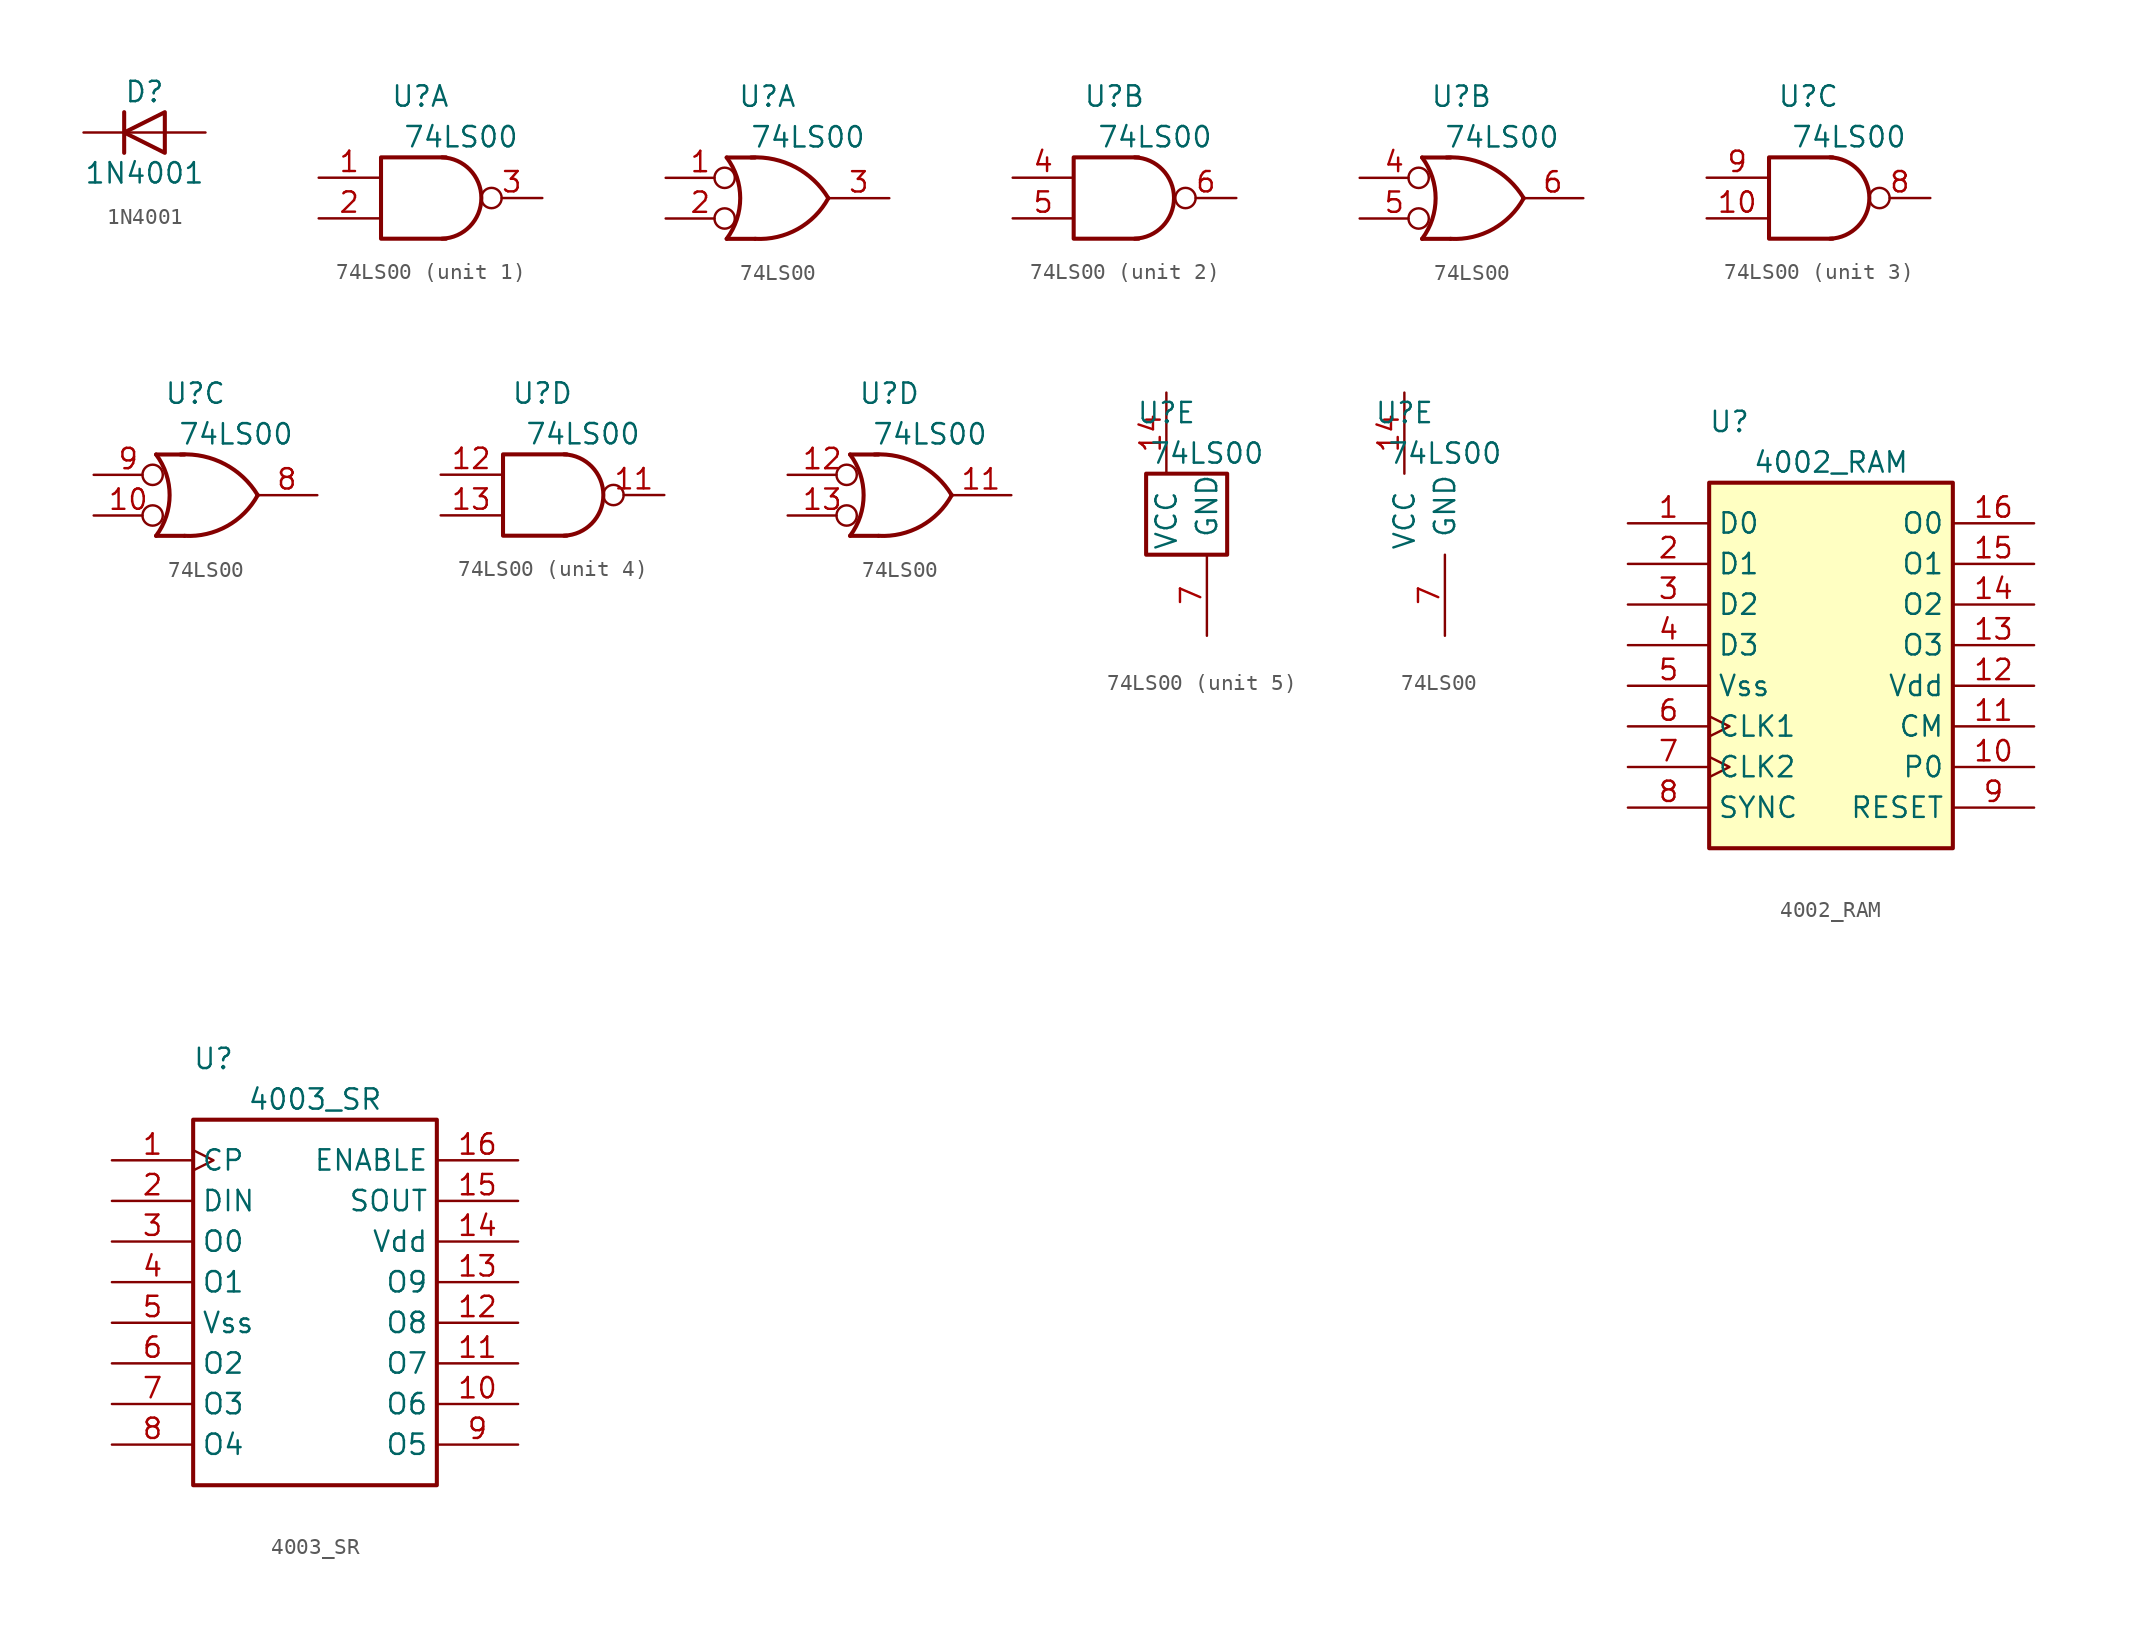
<source format=kicad_sym>
(kicad_symbol_lib
  (version 20220914)
  (generator kicad_symbol_editor)
  (symbol "1N4001"
    (pin_numbers hide)
    (pin_names hide)
    (property "Reference" "D"
      (at 0 2.54 0)
      (effects (font (size 1.27 1.27))))
    (property "Value" "1N4001"
      (at 0 -2.54 0)
      (effects (font (size 1.27 1.27))))
    (symbol "1N4001_0_1"
      (polyline (pts (xy -1.27 1.27) (xy -1.27 -1.27)) (stroke (width 0.254) (type default)) (fill (type none)))
      (polyline (pts (xy 1.27 0) (xy -1.27 0)) (stroke (width 0) (type default)) (fill (type none)))
      (polyline (pts (xy 1.27 1.27) (xy 1.27 -1.27) (xy -1.27 0) (xy 1.27 1.27)) (stroke (width 0.254) (type default)) (fill (type none))))
    (symbol "1N4001_1_1"
      (pin passive line (at -3.81 0 0) (length 2.54) (name "K" (effects (font (size 1.27 1.27)))) (number "1" (effects (font (size 1.27 1.27)))))
      (pin passive line (at 3.81 0 180) (length 2.54) (name "A" (effects (font (size 1.27 1.27)))) (number "2" (effects (font (size 1.27 1.27)))))))
  (symbol "74LS00"
    (pin_names
      (offset 1.016))
    (property "Reference" "U"
      (at -1.27 6.35 0)
      (effects (font (size 1.27 1.27))))
    (property "Value" "74LS00"
      (at 1.27 3.81 0)
      (effects (font (size 1.27 1.27))))
    (property "ki_locked" ""
      (at 0 0 0)
      (effects (font (size 1.27 1.27))))
    (symbol "74LS00_1_1"
      (polyline (pts (xy 0.338 2.54) (xy -3.726 2.54) (xy -3.726 -2.54) (xy 0.338 -2.54)) (stroke (width 0.254) (type default)) (fill (type none)))
      (arc (start 0.0843 -2.54) (mid 2.5414 0) (end 0.0843 2.54) (stroke (width 0.254) (type default)) (fill (type none)))
      (pin input line (at -7.62 1.27 0) (length 3.81) (name "~" (effects (font (size 1.27 1.27)))) (number "1" (effects (font (size 1.27 1.27)))))
      (pin input line (at -7.62 -1.27 0) (length 3.81) (name "~" (effects (font (size 1.27 1.27)))) (number "2" (effects (font (size 1.27 1.27)))))
      (pin output inverted (at 6.35 0 180) (length 3.81) (name "~" (effects (font (size 1.27 1.27)))) (number "3" (effects (font (size 1.27 1.27))))))
    (symbol "74LS00_1_2"
      (arc (start -3.81 -2.54) (mid -2.964 0) (end -3.81 2.54) (stroke (width 0.254) (type default)) (fill (type none)))
      (arc (start -2.032 -2.54) (mid 0.6219 -1.9322) (end 2.54 0) (stroke (width 0.254) (type default)) (fill (type none)))
      (polyline (pts (xy -3.81 -2.54) (xy -2.032 -2.54)) (stroke (width 0.254) (type default)) (fill (type none)))
      (polyline (pts (xy -3.81 2.54) (xy -2.032 2.54)) (stroke (width 0.254) (type default)) (fill (type none)))
      (polyline (pts (xy -1.27 2.54) (xy -3.81 2.54) (xy -3.175 1.27) (xy -2.794 0) (xy -3.175 -1.27) (xy -3.81 -2.54) (xy -1.27 -2.54)) (stroke (width -0.0001) (type default)) (fill (type none)))
      (arc (start 2.54 0) (mid 0.4797 1.9402) (end -2.286 2.54) (stroke (width 0.254) (type default)) (fill (type none)))
      (pin input inverted (at -7.62 1.27 0) (length 4.318) (name "~" (effects (font (size 1.27 1.27)))) (number "1" (effects (font (size 1.27 1.27)))))
      (pin input inverted (at -7.62 -1.27 0) (length 4.318) (name "~" (effects (font (size 1.27 1.27)))) (number "2" (effects (font (size 1.27 1.27)))))
      (pin output line (at 6.35 0 180) (length 3.81) (name "~" (effects (font (size 1.27 1.27)))) (number "3" (effects (font (size 1.27 1.27))))))
    (symbol "74LS00_2_1"
      (arc (start 0 -2.54) (mid 2.4571 0) (end 0 2.54) (stroke (width 0.254) (type default)) (fill (type none)))
      (polyline (pts (xy 0.254 2.54) (xy -3.81 2.54) (xy -3.81 -2.54) (xy 0.254 -2.54)) (stroke (width 0.254) (type default)) (fill (type none)))
      (pin input line (at -7.62 1.27 0) (length 3.81) (name "~" (effects (font (size 1.27 1.27)))) (number "4" (effects (font (size 1.27 1.27)))))
      (pin input line (at -7.62 -1.27 0) (length 3.81) (name "~" (effects (font (size 1.27 1.27)))) (number "5" (effects (font (size 1.27 1.27)))))
      (pin output inverted (at 6.35 0 180) (length 3.81) (name "~" (effects (font (size 1.27 1.27)))) (number "6" (effects (font (size 1.27 1.27))))))
    (symbol "74LS00_2_2"
      (arc (start -3.722 -2.54) (mid -2.876 0) (end -3.722 2.54) (stroke (width 0.254) (type default)) (fill (type none)))
      (arc (start -1.944 -2.54) (mid 0.7099 -1.9322) (end 2.628 0) (stroke (width 0.254) (type default)) (fill (type none)))
      (polyline (pts (xy -3.722 -2.54) (xy -1.944 -2.54)) (stroke (width 0.254) (type default)) (fill (type none)))
      (polyline (pts (xy -3.722 2.54) (xy -1.944 2.54)) (stroke (width 0.254) (type default)) (fill (type none)))
      (polyline (pts (xy -1.182 2.54) (xy -3.722 2.54) (xy -3.087 1.27) (xy -2.706 0) (xy -3.087 -1.27) (xy -3.722 -2.54) (xy -1.182 -2.54)) (stroke (width -0.0001) (type default)) (fill (type none)))
      (arc (start 2.628 0) (mid 0.5677 1.9402) (end -2.198 2.54) (stroke (width 0.254) (type default)) (fill (type none)))
      (pin input inverted (at -7.62 1.27 0) (length 4.318) (name "~" (effects (font (size 1.27 1.27)))) (number "4" (effects (font (size 1.27 1.27)))))
      (pin input inverted (at -7.62 -1.27 0) (length 4.318) (name "~" (effects (font (size 1.27 1.27)))) (number "5" (effects (font (size 1.27 1.27)))))
      (pin output line (at 6.35 0 180) (length 3.81) (name "~" (effects (font (size 1.27 1.27)))) (number "6" (effects (font (size 1.27 1.27))))))
    (symbol "74LS00_3_1"
      (polyline (pts (xy 0.254 2.54) (xy -3.726 2.54) (xy -3.726 -2.54) (xy 0.254 -2.54)) (stroke (width 0.254) (type default)) (fill (type none)))
      (arc (start 0.0843 -2.54) (mid 2.5414 0) (end 0.0843 2.54) (stroke (width 0.254) (type default)) (fill (type none)))
      (pin input line (at -7.62 -1.27 0) (length 3.81) (name "~" (effects (font (size 1.27 1.27)))) (number "10" (effects (font (size 1.27 1.27)))))
      (pin output inverted (at 6.35 0 180) (length 3.81) (name "~" (effects (font (size 1.27 1.27)))) (number "8" (effects (font (size 1.27 1.27)))))
      (pin input line (at -7.62 1.27 0) (length 3.81) (name "~" (effects (font (size 1.27 1.27)))) (number "9" (effects (font (size 1.27 1.27))))))
    (symbol "74LS00_3_2"
      (arc (start -3.722 -2.54) (mid -2.876 0) (end -3.722 2.54) (stroke (width 0.254) (type default)) (fill (type none)))
      (arc (start -1.944 -2.54) (mid 0.7099 -1.9322) (end 2.628 0) (stroke (width 0.254) (type default)) (fill (type none)))
      (polyline (pts (xy -3.722 -2.54) (xy -1.944 -2.54)) (stroke (width 0.254) (type default)) (fill (type none)))
      (polyline (pts (xy -3.722 2.54) (xy -1.944 2.54)) (stroke (width 0.254) (type default)) (fill (type none)))
      (polyline (pts (xy -1.182 2.54) (xy -3.722 2.54) (xy -3.087 1.27) (xy -2.706 0) (xy -3.087 -1.27) (xy -3.722 -2.54) (xy -1.182 -2.54)) (stroke (width -0.0001) (type default)) (fill (type none)))
      (arc (start 2.628 0) (mid 0.5677 1.9402) (end -2.198 2.54) (stroke (width 0.254) (type default)) (fill (type none)))
      (pin input inverted (at -7.62 -1.27 0) (length 4.318) (name "~" (effects (font (size 1.27 1.27)))) (number "10" (effects (font (size 1.27 1.27)))))
      (pin output line (at 6.35 0 180) (length 3.81) (name "~" (effects (font (size 1.27 1.27)))) (number "8" (effects (font (size 1.27 1.27)))))
      (pin input inverted (at -7.62 1.27 0) (length 4.318) (name "~" (effects (font (size 1.27 1.27)))) (number "9" (effects (font (size 1.27 1.27))))))
    (symbol "74LS00_4_1"
      (polyline (pts (xy 0.254 2.54) (xy -3.726 2.54) (xy -3.726 -2.54) (xy 0.254 -2.54)) (stroke (width 0.254) (type default)) (fill (type none)))
      (arc (start 0.0843 -2.54) (mid 2.5414 0) (end 0.0843 2.54) (stroke (width 0.254) (type default)) (fill (type none)))
      (pin output inverted (at 6.35 0 180) (length 3.81) (name "~" (effects (font (size 1.27 1.27)))) (number "11" (effects (font (size 1.27 1.27)))))
      (pin input line (at -7.62 1.27 0) (length 3.81) (name "~" (effects (font (size 1.27 1.27)))) (number "12" (effects (font (size 1.27 1.27)))))
      (pin input line (at -7.62 -1.27 0) (length 3.81) (name "~" (effects (font (size 1.27 1.27)))) (number "13" (effects (font (size 1.27 1.27))))))
    (symbol "74LS00_4_2"
      (arc (start -3.722 -2.54) (mid -2.876 0) (end -3.722 2.54) (stroke (width 0.254) (type default)) (fill (type none)))
      (arc (start -1.944 -2.54) (mid 0.7099 -1.9322) (end 2.628 0) (stroke (width 0.254) (type default)) (fill (type none)))
      (polyline (pts (xy -3.722 -2.54) (xy -1.944 -2.54)) (stroke (width 0.254) (type default)) (fill (type none)))
      (polyline (pts (xy -3.722 2.54) (xy -1.944 2.54)) (stroke (width 0.254) (type default)) (fill (type none)))
      (polyline (pts (xy -1.182 2.54) (xy -3.722 2.54) (xy -3.087 1.27) (xy -2.706 0) (xy -3.087 -1.27) (xy -3.722 -2.54) (xy -1.182 -2.54)) (stroke (width -0.0001) (type default)) (fill (type none)))
      (arc (start 2.628 0) (mid 0.5677 1.9402) (end -2.198 2.54) (stroke (width 0.254) (type default)) (fill (type none)))
      (pin output line (at 6.35 0 180) (length 3.81) (name "~" (effects (font (size 1.27 1.27)))) (number "11" (effects (font (size 1.27 1.27)))))
      (pin input inverted (at -7.62 1.27 0) (length 4.318) (name "~" (effects (font (size 1.27 1.27)))) (number "12" (effects (font (size 1.27 1.27)))))
      (pin input inverted (at -7.62 -1.27 0) (length 4.318) (name "~" (effects (font (size 1.27 1.27)))) (number "13" (effects (font (size 1.27 1.27))))))
    (symbol "74LS00_5_0"
      (pin power_in line (at -1.27 7.62 270) (length 5.08) (name "VCC" (effects (font (size 1.27 1.27)))) (number "14" (effects (font (size 1.27 1.27)))))
      (pin power_in line (at 1.27 -7.62 90) (length 5.08) (name "GND" (effects (font (size 1.27 1.27)))) (number "7" (effects (font (size 1.27 1.27))))))
    (symbol "74LS00_5_1"
      (rectangle (start -2.54 2.54) (end 2.54 -2.54) (stroke (width 0.254) (type default)) (fill (type none)))))
  (symbol "4002_RAM"
    (property "Reference" "U"
      (at -6.35 13.97 0)
      (effects (font (size 1.27 1.27))))
    (property "Value" "4002_RAM"
      (at 0 11.43 0)
      (effects (font (size 1.27 1.27))))
    (symbol "4002_RAM_1_0"
      (pin bidirectional line (at -12.7 7.62 0) (length 5.08) (name "D0" (effects (font (size 1.27 1.27)))) (number "1" (effects (font (size 1.27 1.27)))))
      (pin input line (at 12.7 -7.62 180) (length 5.08) (name "P0" (effects (font (size 1.27 1.27)))) (number "10" (effects (font (size 1.27 1.27)))))
      (pin input line (at 12.7 -5.08 180) (length 5.08) (name "CM" (effects (font (size 1.27 1.27)))) (number "11" (effects (font (size 1.27 1.27)))))
      (pin power_in line (at 12.7 -2.54 180) (length 5.08) (name "Vdd" (effects (font (size 1.27 1.27)))) (number "12" (effects (font (size 1.27 1.27)))))
      (pin output line (at 12.7 0 180) (length 5.08) (name "O3" (effects (font (size 1.27 1.27)))) (number "13" (effects (font (size 1.27 1.27)))))
      (pin output line (at 12.7 2.54 180) (length 5.08) (name "O2" (effects (font (size 1.27 1.27)))) (number "14" (effects (font (size 1.27 1.27)))))
      (pin output line (at 12.7 5.08 180) (length 5.08) (name "O1" (effects (font (size 1.27 1.27)))) (number "15" (effects (font (size 1.27 1.27)))))
      (pin output line (at 12.7 7.62 180) (length 5.08) (name "O0" (effects (font (size 1.27 1.27)))) (number "16" (effects (font (size 1.27 1.27)))))
      (pin bidirectional line (at -12.7 5.08 0) (length 5.08) (name "D1" (effects (font (size 1.27 1.27)))) (number "2" (effects (font (size 1.27 1.27)))))
      (pin bidirectional line (at -12.7 2.54 0) (length 5.08) (name "D2" (effects (font (size 1.27 1.27)))) (number "3" (effects (font (size 1.27 1.27)))))
      (pin bidirectional line (at -12.7 0 0) (length 5.08) (name "D3" (effects (font (size 1.27 1.27)))) (number "4" (effects (font (size 1.27 1.27)))))
      (pin power_in line (at -12.7 -2.54 0) (length 5.08) (name "Vss" (effects (font (size 1.27 1.27)))) (number "5" (effects (font (size 1.27 1.27)))))
      (pin input clock (at -12.7 -5.08 0) (length 5.08) (name "CLK1" (effects (font (size 1.27 1.27)))) (number "6" (effects (font (size 1.27 1.27)))))
      (pin input clock (at -12.7 -7.62 0) (length 5.08) (name "CLK2" (effects (font (size 1.27 1.27)))) (number "7" (effects (font (size 1.27 1.27)))))
      (pin input line (at -12.7 -10.16 0) (length 5.08) (name "SYNC" (effects (font (size 1.27 1.27)))) (number "8" (effects (font (size 1.27 1.27)))))
      (pin input line (at 12.7 -10.16 180) (length 5.08) (name "RESET" (effects (font (size 1.27 1.27)))) (number "9" (effects (font (size 1.27 1.27))))))
    (symbol "4002_RAM_1_1"
      (rectangle (start -7.62 10.16) (end 7.62 -12.7) (stroke (width 0.254) (type default)) (fill (type background)))))
  (symbol "4003_SR"
    (property "Reference" "U"
      (at -6.35 13.97 0)
      (effects (font (size 1.27 1.27))))
    (property "Value" "4003_SR"
      (at 0 11.43 0)
      (effects (font (size 1.27 1.27))))
    (symbol "4003_SR_1_0"
      (pin input clock (at -12.7 7.62 0) (length 5.08) (name "CP" (effects (font (size 1.27 1.27)))) (number "1" (effects (font (size 1.27 1.27)))))
      (pin output line (at 12.7 -7.62 180) (length 5.08) (name "O6" (effects (font (size 1.27 1.27)))) (number "10" (effects (font (size 1.27 1.27)))))
      (pin output line (at 12.7 -5.08 180) (length 5.08) (name "O7" (effects (font (size 1.27 1.27)))) (number "11" (effects (font (size 1.27 1.27)))))
      (pin output line (at 12.7 -2.54 180) (length 5.08) (name "O8" (effects (font (size 1.27 1.27)))) (number "12" (effects (font (size 1.27 1.27)))))
      (pin output line (at 12.7 0 180) (length 5.08) (name "O9" (effects (font (size 1.27 1.27)))) (number "13" (effects (font (size 1.27 1.27)))))
      (pin power_in line (at 12.7 2.54 180) (length 5.08) (name "Vdd" (effects (font (size 1.27 1.27)))) (number "14" (effects (font (size 1.27 1.27)))))
      (pin output line (at 12.7 5.08 180) (length 5.08) (name "SOUT" (effects (font (size 1.27 1.27)))) (number "15" (effects (font (size 1.27 1.27)))))
      (pin input line (at 12.7 7.62 180) (length 5.08) (name "ENABLE" (effects (font (size 1.27 1.27)))) (number "16" (effects (font (size 1.27 1.27)))))
      (pin input line (at -12.7 5.08 0) (length 5.08) (name "DIN" (effects (font (size 1.27 1.27)))) (number "2" (effects (font (size 1.27 1.27)))))
      (pin output line (at -12.7 2.54 0) (length 5.08) (name "O0" (effects (font (size 1.27 1.27)))) (number "3" (effects (font (size 1.27 1.27)))))
      (pin output line (at -12.7 0 0) (length 5.08) (name "O1" (effects (font (size 1.27 1.27)))) (number "4" (effects (font (size 1.27 1.27)))))
      (pin power_in line (at -12.7 -2.54 0) (length 5.08) (name "Vss" (effects (font (size 1.27 1.27)))) (number "5" (effects (font (size 1.27 1.27)))))
      (pin output line (at -12.7 -5.08 0) (length 5.08) (name "O2" (effects (font (size 1.27 1.27)))) (number "6" (effects (font (size 1.27 1.27)))))
      (pin output line (at -12.7 -7.62 0) (length 5.08) (name "O3" (effects (font (size 1.27 1.27)))) (number "7" (effects (font (size 1.27 1.27)))))
      (pin output line (at -12.7 -10.16 0) (length 5.08) (name "O4" (effects (font (size 1.27 1.27)))) (number "8" (effects (font (size 1.27 1.27)))))
      (pin output line (at 12.7 -10.16 180) (length 5.08) (name "O5" (effects (font (size 1.27 1.27)))) (number "9" (effects (font (size 1.27 1.27))))))
    (symbol "4003_SR_1_1"
      (rectangle (start -7.62 10.16) (end 7.62 -12.7) (stroke (width 0.254) (type default)) (fill (type none))))))
</source>
